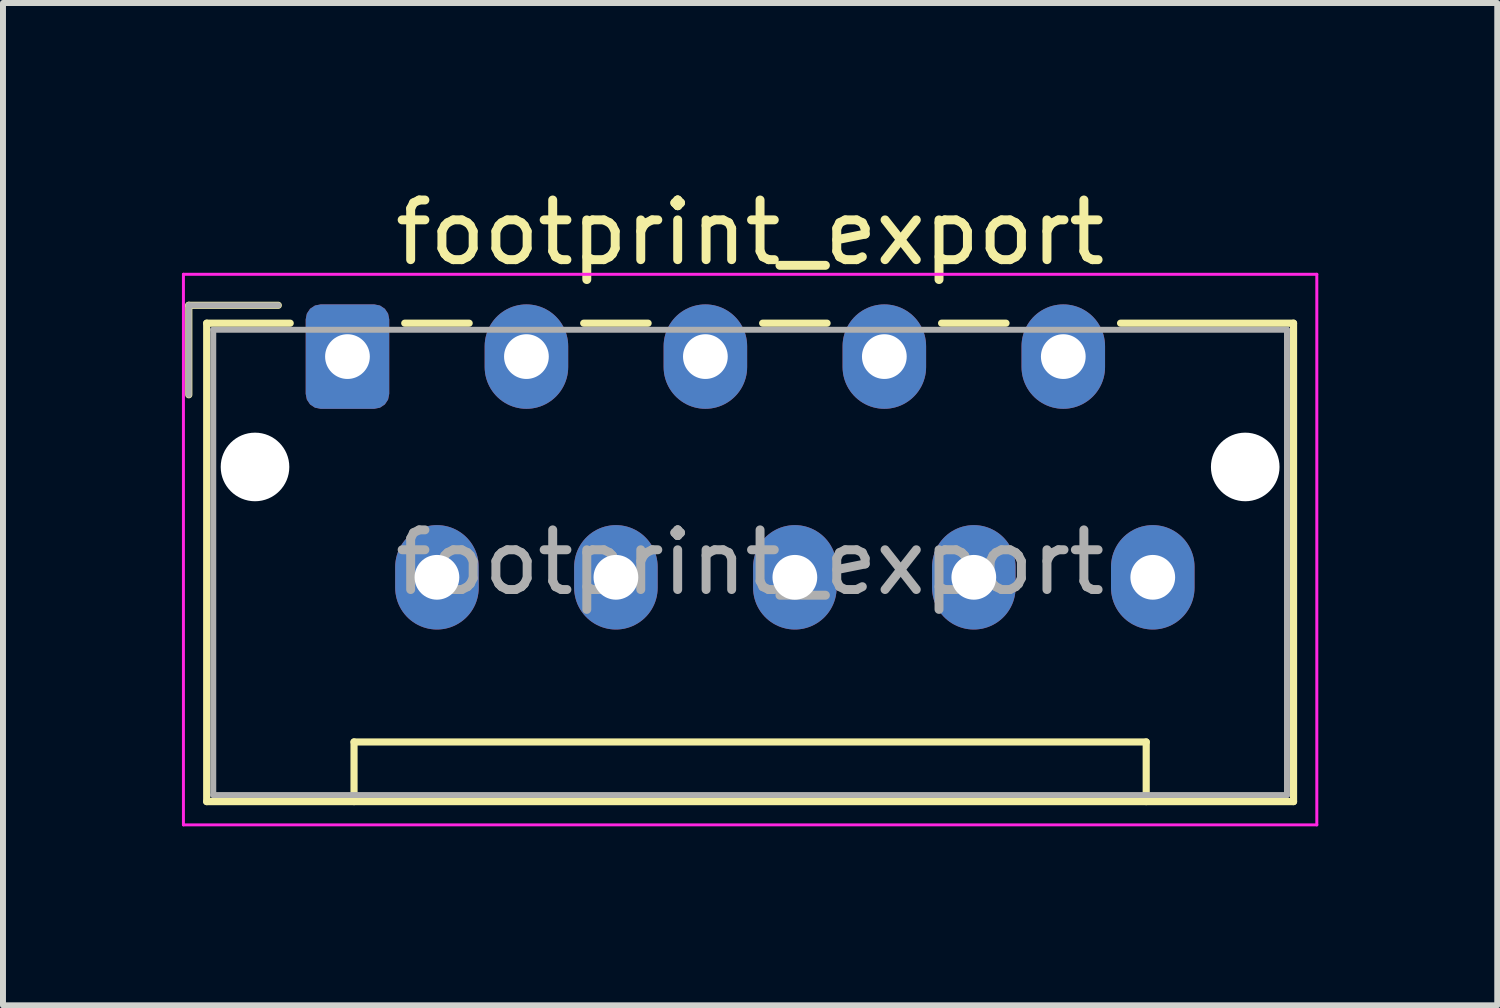
<source format=kicad_pcb>
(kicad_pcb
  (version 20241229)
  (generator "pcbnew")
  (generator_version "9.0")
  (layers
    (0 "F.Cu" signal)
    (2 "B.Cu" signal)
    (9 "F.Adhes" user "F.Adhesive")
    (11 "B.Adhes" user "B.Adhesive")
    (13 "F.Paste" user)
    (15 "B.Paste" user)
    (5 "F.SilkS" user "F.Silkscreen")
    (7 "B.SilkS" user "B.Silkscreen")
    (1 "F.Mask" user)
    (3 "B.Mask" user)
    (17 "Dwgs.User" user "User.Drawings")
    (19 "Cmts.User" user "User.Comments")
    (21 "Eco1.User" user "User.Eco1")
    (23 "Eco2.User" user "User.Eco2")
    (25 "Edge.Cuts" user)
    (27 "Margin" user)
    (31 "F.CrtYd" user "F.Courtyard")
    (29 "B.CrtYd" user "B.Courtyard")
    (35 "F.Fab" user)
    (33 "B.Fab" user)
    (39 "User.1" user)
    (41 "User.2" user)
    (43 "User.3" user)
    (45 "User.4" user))
  (footprint "footprint_export"
    (layer "F.Cu")
    (at 2.775 2.928)
    (property "Reference" "footprint_export" (at 6.75 -2.08 0) (layer "F.SilkS") (effects (font (size 1 1) (thickness 0.15))))
    (attr through_hole)
    (fp_line (start -2.66 -0.86) (end -1.16 -0.86) (stroke (width 0.12) (type solid)) (layer "F.SilkS"))
    (fp_line (start -2.66 0.64) (end -2.66 -0.86) (stroke (width 0.12) (type solid)) (layer "F.SilkS"))
    (fp_line (start -2.36 -0.56) (end -2.36 7.46) (stroke (width 0.12) (type solid)) (layer "F.SilkS"))
    (fp_line (start -2.36 7.46) (end 15.86 7.46) (stroke (width 0.12) (type solid)) (layer "F.SilkS"))
    (fp_line (start -0.96 -0.56) (end -2.36 -0.56) (stroke (width 0.12) (type solid)) (layer "F.SilkS"))
    (fp_line (start 0.11 6.46) (end 13.39 6.46) (stroke (width 0.12) (type solid)) (layer "F.SilkS"))
    (fp_line (start 0.11 7.46) (end 0.11 6.46) (stroke (width 0.12) (type solid)) (layer "F.SilkS"))
    (fp_line (start 0.96 -0.56) (end 2.04 -0.56) (stroke (width 0.12) (type solid)) (layer "F.SilkS"))
    (fp_line (start 3.96 -0.56) (end 5.04 -0.56) (stroke (width 0.12) (type solid)) (layer "F.SilkS"))
    (fp_line (start 6.96 -0.56) (end 8.04 -0.56) (stroke (width 0.12) (type solid)) (layer "F.SilkS"))
    (fp_line (start 9.96 -0.56) (end 11.04 -0.56) (stroke (width 0.12) (type solid)) (layer "F.SilkS"))
    (fp_line (start 13.39 6.46) (end 13.39 7.46) (stroke (width 0.12) (type solid)) (layer "F.SilkS"))
    (fp_line (start 15.86 -0.56) (end 12.96 -0.56) (stroke (width 0.12) (type solid)) (layer "F.SilkS"))
    (fp_line (start 15.86 7.46) (end 15.86 -0.56) (stroke (width 0.12) (type solid)) (layer "F.SilkS"))
    (fp_line (start -2.75 -1.38) (end -2.75 7.85) (stroke (width 0.05) (type solid)) (layer "F.CrtYd"))
    (fp_line (start -2.75 7.85) (end 16.25 7.85) (stroke (width 0.05) (type solid)) (layer "F.CrtYd"))
    (fp_line (start 16.25 -1.38) (end -2.75 -1.38) (stroke (width 0.05) (type solid)) (layer "F.CrtYd"))
    (fp_line (start 16.25 7.85) (end 16.25 -1.38) (stroke (width 0.05) (type solid)) (layer "F.CrtYd"))
    (fp_line (start -2.66 -0.86) (end -1.16 -0.86) (stroke (width 0.1) (type solid)) (layer "F.Fab"))
    (fp_line (start -2.66 0.64) (end -2.66 -0.86) (stroke (width 0.1) (type solid)) (layer "F.Fab"))
    (fp_line (start -2.25 -0.45) (end -2.25 7.35) (stroke (width 0.1) (type solid)) (layer "F.Fab"))
    (fp_line (start -2.25 7.35) (end 15.75 7.35) (stroke (width 0.1) (type solid)) (layer "F.Fab"))
    (fp_line (start 15.75 -0.45) (end -2.25 -0.45) (stroke (width 0.1) (type solid)) (layer "F.Fab"))
    (fp_line (start 15.75 7.35) (end 15.75 -0.45) (stroke (width 0.1) (type solid)) (layer "F.Fab"))
    (fp_text user "${REFERENCE}" (at 6.75 3.45 0) (layer "F.Fab") (effects (font (size 1 1) (thickness 0.15))))
    (pad "" np_thru_hole circle (at -1.55 1.85) (size 1.15 1.15) (drill 1.15) (layers "*.Cu" "*.Mask"))
    (pad "" np_thru_hole circle (at 15.05 1.85) (size 1.15 1.15) (drill 1.15) (layers "*.Cu" "*.Mask"))
    (pad "1" thru_hole roundrect (at 0 0) (size 1.4 1.75) (drill 0.75) (layers "*.Cu" "*.Mask") (roundrect_rratio 0.179))
    (pad "2" thru_hole oval (at 1.5 3.7) (size 1.4 1.75) (drill 0.75) (layers "*.Cu" "*.Mask"))
    (pad "3" thru_hole oval (at 3 0) (size 1.4 1.75) (drill 0.75) (layers "*.Cu" "*.Mask"))
    (pad "4" thru_hole oval (at 4.5 3.7) (size 1.4 1.75) (drill 0.75) (layers "*.Cu" "*.Mask"))
    (pad "5" thru_hole oval (at 6 0) (size 1.4 1.75) (drill 0.75) (layers "*.Cu" "*.Mask"))
    (pad "6" thru_hole oval (at 7.5 3.7) (size 1.4 1.75) (drill 0.75) (layers "*.Cu" "*.Mask"))
    (pad "7" thru_hole oval (at 9 0) (size 1.4 1.75) (drill 0.75) (layers "*.Cu" "*.Mask"))
    (pad "8" thru_hole oval (at 10.5 3.7) (size 1.4 1.75) (drill 0.75) (layers "*.Cu" "*.Mask"))
    (pad "9" thru_hole oval (at 12 0) (size 1.4 1.75) (drill 0.75) (layers "*.Cu" "*.Mask"))
    (pad "10" thru_hole oval (at 13.5 3.7) (size 1.4 1.75) (drill 0.75) (layers "*.Cu" "*.Mask")))
  (gr_rect
    (start -3 -3)
    (end 22.05 13.803)
    (stroke (width 0.1) (type default))
    (fill no)
    (layer "Edge.Cuts")))
</source>
